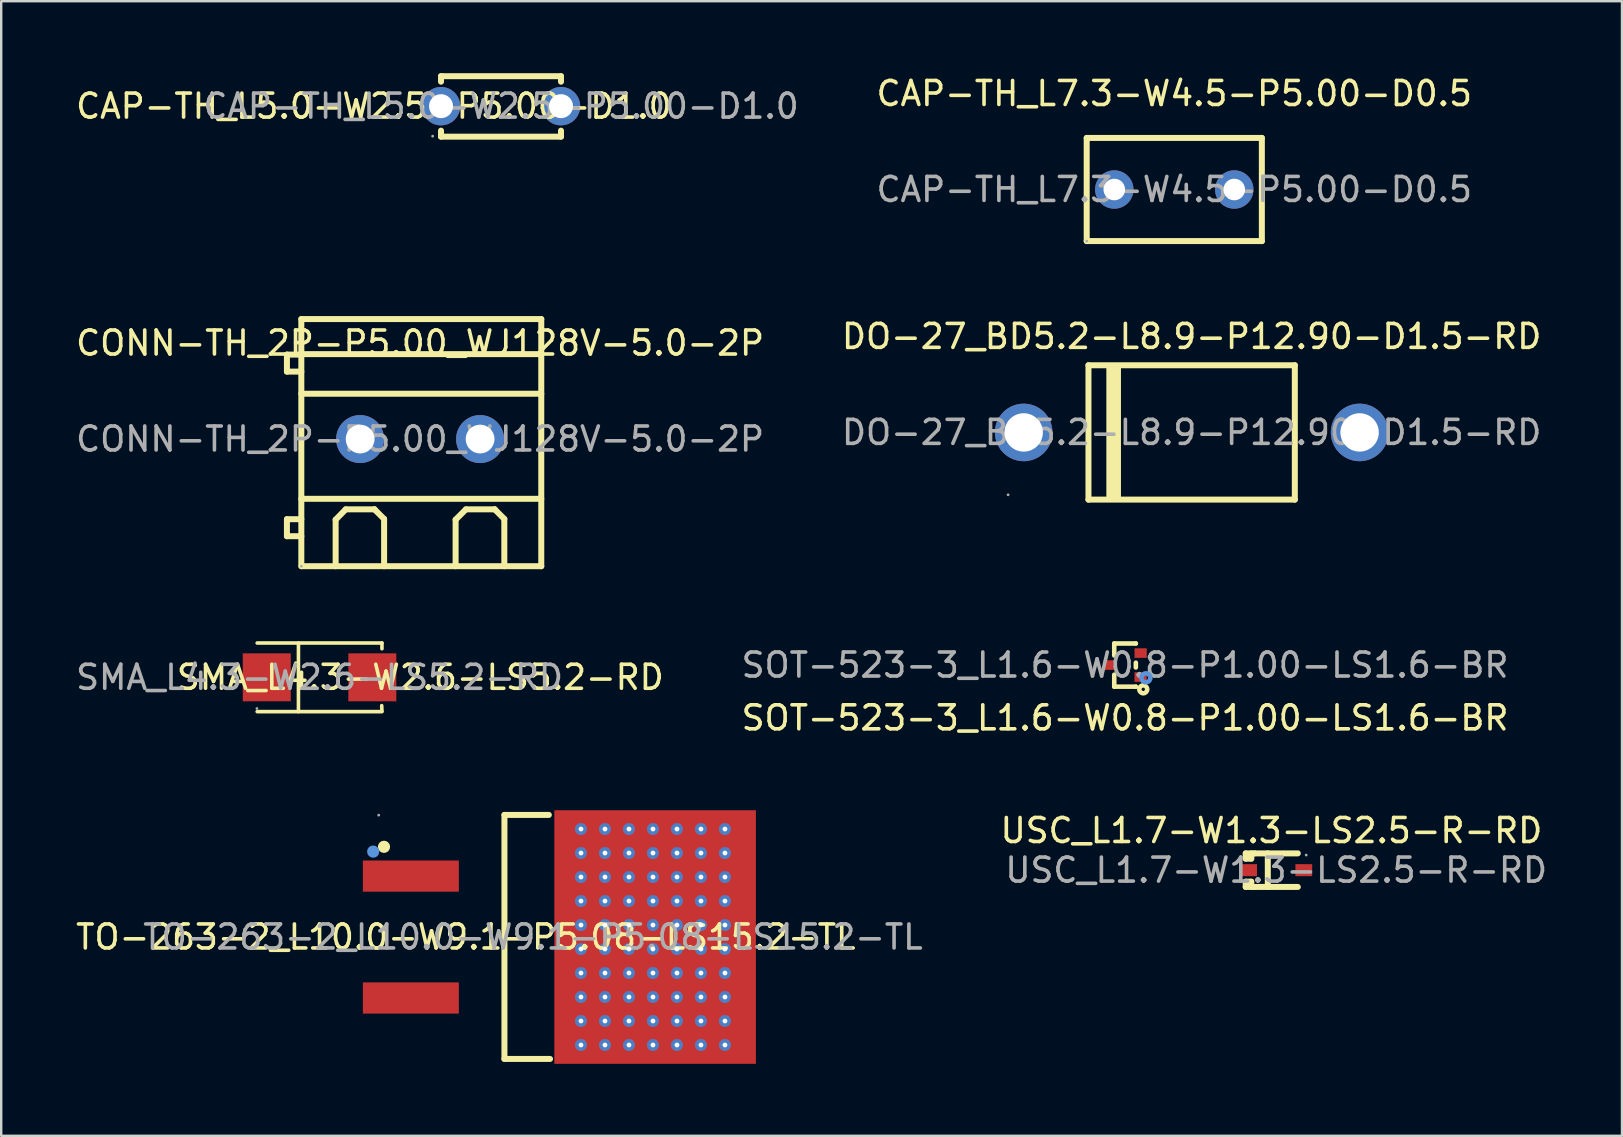
<source format=kicad_pcb>
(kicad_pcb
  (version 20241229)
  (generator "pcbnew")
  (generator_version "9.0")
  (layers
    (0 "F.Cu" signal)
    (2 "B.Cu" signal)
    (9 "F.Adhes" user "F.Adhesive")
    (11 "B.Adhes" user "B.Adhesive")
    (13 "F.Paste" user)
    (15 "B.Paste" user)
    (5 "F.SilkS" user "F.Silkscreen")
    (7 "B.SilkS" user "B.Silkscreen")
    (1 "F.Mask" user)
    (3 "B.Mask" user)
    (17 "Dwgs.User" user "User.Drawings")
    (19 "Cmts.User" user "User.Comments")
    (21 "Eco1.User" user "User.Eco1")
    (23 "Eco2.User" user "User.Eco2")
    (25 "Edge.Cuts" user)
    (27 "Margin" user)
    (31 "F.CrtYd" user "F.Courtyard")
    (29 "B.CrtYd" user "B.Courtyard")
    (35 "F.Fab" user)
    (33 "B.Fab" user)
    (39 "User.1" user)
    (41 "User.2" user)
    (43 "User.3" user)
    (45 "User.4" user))
  (footprint "CAP-TH_L5.0-W2.5-P5.00-D1.0"
    (layer "F.Cu")
    (at 17.83 1.375)
    (property "Reference" "CAP-TH_L5.0-W2.5-P5.00-D1.0" (at -5.3 0 180) (layer "F.SilkS") (effects (font (size 1 1) (thickness 0.15))))
    (attr through_hole)
    (fp_line (start -2.5 -1.25) (end -2.5 -1.02) (stroke (width 0.25) (type solid)) (layer "F.SilkS"))
    (fp_line (start -2.5 -1.25) (end 2.5 -1.25) (stroke (width 0.25) (type solid)) (layer "F.SilkS"))
    (fp_line (start -2.5 1.27) (end -2.5 1.02) (stroke (width 0.25) (type solid)) (layer "F.SilkS"))
    (fp_line (start 2.5 -1.25) (end 2.5 -1.02) (stroke (width 0.25) (type solid)) (layer "F.SilkS"))
    (fp_line (start 2.5 1.27) (end -2.5 1.27) (stroke (width 0.25) (type solid)) (layer "F.SilkS"))
    (fp_line (start 2.5 1.27) (end 2.5 1.02) (stroke (width 0.25) (type solid)) (layer "F.SilkS"))
    (fp_circle (center -2.85 1.25) (end -2.82 1.25) (stroke (width 0.06) (type solid)) (fill no) (layer "F.Fab"))
    (fp_circle (center -2.5 0) (end -2.32 0) (stroke (width 0.35) (type solid)) (fill no) (layer "F.Fab"))
    (fp_circle (center 2.5 0) (end 2.68 0) (stroke (width 0.35) (type solid)) (fill no) (layer "F.Fab"))
    (fp_text user "${REFERENCE}" (at 0 0 180) (layer "F.Fab") (effects (font (size 1 1) (thickness 0.15))))
    (pad "1" thru_hole circle (at -2.5 0) (size 1.6 1.6) (drill 1) (layers "*.Cu" "*.Mask"))
    (pad "2" thru_hole circle (at 2.5 0) (size 1.6 1.6) (drill 1) (layers "*.Cu" "*.Mask")))
  (footprint "DO-27_BD5.2-L8.9-P12.90-D1.5-RD"
    (layer "F.Cu")
    (at 46.613 14.972)
    (property "Reference" "DO-27_BD5.2-L8.9-P12.90-D1.5-RD" (at 0 -4 0) (layer "F.SilkS") (effects (font (size 1 1) (thickness 0.15))))
    (attr smd)
    (fp_line (start -4.3 -2.8) (end -4.3 2.8) (stroke (width 0.25) (type solid)) (layer "F.SilkS"))
    (fp_line (start -4.3 -2.8) (end 4.3 -2.8) (stroke (width 0.25) (type solid)) (layer "F.SilkS"))
    (fp_line (start -4.3 2.8) (end 4.3 2.8) (stroke (width 0.25) (type solid)) (layer "F.SilkS"))
    (fp_line (start -3.44 2.66) (end -3.44 -2.67) (stroke (width 0.23) (type solid)) (layer "F.SilkS"))
    (fp_line (start -3.31 2.66) (end -3.31 -2.67) (stroke (width 0.23) (type solid)) (layer "F.SilkS"))
    (fp_line (start -3.18 2.66) (end -3.18 -2.67) (stroke (width 0.23) (type solid)) (layer "F.SilkS"))
    (fp_line (start -3.06 2.66) (end -3.06 -2.67) (stroke (width 0.23) (type solid)) (layer "F.SilkS"))
    (fp_line (start 4.3 -2.8) (end 4.3 2.8) (stroke (width 0.25) (type solid)) (layer "F.SilkS"))
    (fp_circle (center -7.65 2.6) (end -7.62 2.6) (stroke (width 0.06) (type solid)) (fill no) (layer "F.Fab"))
    (fp_circle (center -7 0) (end -6.67 0) (stroke (width 0.65) (type solid)) (fill no) (layer "F.Fab"))
    (fp_circle (center 7 0) (end 7.33 0) (stroke (width 0.65) (type solid)) (fill no) (layer "F.Fab"))
    (fp_text user "${REFERENCE}" (at 0 0 0) (layer "F.Fab") (effects (font (size 1 1) (thickness 0.15))))
    (pad "1" thru_hole circle (at -7 0 180) (size 2.4 2.4) (drill 1.6) (layers "*.Cu" "*.Mask"))
    (pad "2" thru_hole circle (at 7 0 180) (size 2.4 2.4) (drill 1.6) (layers "*.Cu" "*.Mask")))
  (footprint "SOT-523-3_L1.6-W0.8-P1.00-LS1.6-BR"
    (layer "F.Cu")
    (at 43.837 24.668)
    (property "Reference" "SOT-523-3_L1.6-W0.8-P1.00-LS1.6-BR" (at 0 2.2 180) (layer "F.SilkS") (effects (font (size 1 1) (thickness 0.15))))
    (attr smd)
    (fp_line (start -0.45 -0.9) (end 0.45 -0.9) (stroke (width 0.19) (type solid)) (layer "F.SilkS"))
    (fp_line (start -0.45 -0.4) (end -0.45 -0.9) (stroke (width 0.19) (type solid)) (layer "F.SilkS"))
    (fp_line (start -0.45 0.9) (end -0.45 0.4) (stroke (width 0.19) (type solid)) (layer "F.SilkS"))
    (fp_line (start -0.45 0.9) (end 0.45 0.9) (stroke (width 0.19) (type solid)) (layer "F.SilkS"))
    (fp_line (start 0.45 -0.9) (end 0.45 -0.9) (stroke (width 0.19) (type solid)) (layer "F.SilkS"))
    (fp_line (start 0.45 0.1) (end 0.45 -0.1) (stroke (width 0.19) (type solid)) (layer "F.SilkS"))
    (fp_line (start 0.45 0.9) (end 0.45 0.9) (stroke (width 0.19) (type solid)) (layer "F.SilkS"))
    (fp_circle (center 0.76 1.01) (end 0.83 1.01) (stroke (width 0.19) (type solid)) (fill no) (layer "F.SilkS"))
    (fp_circle (center 0.87 0.53) (end 0.96 0.53) (stroke (width 0.19) (type solid)) (fill no) (layer "Cmts.User"))
    (fp_circle (center 0.8 0.8) (end 0.81 0.8) (stroke (width 0.02) (type solid)) (fill no) (layer "F.Fab"))
    (fp_text user "${REFERENCE}" (at 0 0 180) (layer "F.Fab") (effects (font (size 1 1) (thickness 0.15))))
    (pad "1" smd rect (at 0.65 0.5 90) (size 0.4 0.51) (layers "F.Cu" "F.Mask" "F.Paste"))
    (pad "2" smd rect (at 0.65 -0.5 90) (size 0.4 0.51) (layers "F.Cu" "F.Mask" "F.Paste"))
    (pad "3" smd rect (at -0.65 0 90) (size 0.4 0.51) (layers "F.Cu" "F.Mask" "F.Paste")))
  (footprint "CONN-TH_2P-P5.00_WJ128V-5.0-2P"
    (layer "F.Cu")
    (at 14.458 15.248)
    (property "Reference" "CONN-TH_2P-P5.00_WJ128V-5.0-2P" (at 0 -4 180) (layer "F.SilkS") (effects (font (size 1 1) (thickness 0.15))))
    (attr through_hole)
    (fp_line (start -5.55 -3.52) (end -5.55 -2.81) (stroke (width 0.25) (type solid)) (layer "F.SilkS"))
    (fp_line (start -5.55 -2.81) (end -4.95 -2.81) (stroke (width 0.25) (type solid)) (layer "F.SilkS"))
    (fp_line (start -5.55 3.34) (end -5.55 4.05) (stroke (width 0.25) (type solid)) (layer "F.SilkS"))
    (fp_line (start -5.55 4.05) (end -4.95 4.05) (stroke (width 0.25) (type solid)) (layer "F.SilkS"))
    (fp_line (start -4.95 -5) (end 5.05 -5) (stroke (width 0.25) (type solid)) (layer "F.SilkS"))
    (fp_line (start -4.95 -3.54) (end 5.05 -3.54) (stroke (width 0.25) (type solid)) (layer "F.SilkS"))
    (fp_line (start -4.95 -3.52) (end -5.55 -3.52) (stroke (width 0.25) (type solid)) (layer "F.SilkS"))
    (fp_line (start -4.95 -1.89) (end 5.05 -1.89) (stroke (width 0.25) (type solid)) (layer "F.SilkS"))
    (fp_line (start -4.95 2.49) (end 5.05 2.49) (stroke (width 0.25) (type solid)) (layer "F.SilkS"))
    (fp_line (start -4.95 3.34) (end -5.55 3.34) (stroke (width 0.25) (type solid)) (layer "F.SilkS"))
    (fp_line (start -4.95 5.3) (end -4.95 -5) (stroke (width 0.25) (type solid)) (layer "F.SilkS"))
    (fp_line (start -3.52 3.36) (end -3.1 2.93) (stroke (width 0.25) (type solid)) (layer "F.SilkS"))
    (fp_line (start -3.52 5.3) (end -3.52 3.36) (stroke (width 0.25) (type solid)) (layer "F.SilkS"))
    (fp_line (start -3.1 2.93) (end -1.9 2.93) (stroke (width 0.25) (type solid)) (layer "F.SilkS"))
    (fp_line (start -1.9 2.93) (end -1.9 2.93) (stroke (width 0.25) (type solid)) (layer "F.SilkS"))
    (fp_line (start -1.9 2.93) (end -1.5 3.33) (stroke (width 0.25) (type solid)) (layer "F.SilkS"))
    (fp_line (start -1.5 3.33) (end -1.5 5.3) (stroke (width 0.25) (type solid)) (layer "F.SilkS"))
    (fp_line (start 1.48 3.36) (end 1.91 2.93) (stroke (width 0.25) (type solid)) (layer "F.SilkS"))
    (fp_line (start 1.48 5.3) (end 1.48 3.36) (stroke (width 0.25) (type solid)) (layer "F.SilkS"))
    (fp_line (start 1.91 2.93) (end 3.11 2.93) (stroke (width 0.25) (type solid)) (layer "F.SilkS"))
    (fp_line (start 3.11 2.93) (end 3.11 2.93) (stroke (width 0.25) (type solid)) (layer "F.SilkS"))
    (fp_line (start 3.11 2.93) (end 3.51 3.33) (stroke (width 0.25) (type solid)) (layer "F.SilkS"))
    (fp_line (start 3.51 3.33) (end 3.51 5.3) (stroke (width 0.25) (type solid)) (layer "F.SilkS"))
    (fp_line (start 5.05 -5) (end 5.05 5.3) (stroke (width 0.25) (type solid)) (layer "F.SilkS"))
    (fp_line (start 5.05 5.3) (end -4.94 5.3) (stroke (width 0.25) (type solid)) (layer "F.SilkS"))
    (fp_circle (center -4.95 5.3) (end -4.92 5.3) (stroke (width 0.06) (type solid)) (fill no) (layer "F.Fab"))
    (fp_text user "${REFERENCE}" (at 0 0 180) (layer "F.Fab") (effects (font (size 1 1) (thickness 0.15))))
    (pad "1" thru_hole circle (at -2.5 0) (size 2 2) (drill 1.2) (layers "*.Cu" "*.Mask"))
    (pad "2" thru_hole circle (at 2.5 0) (size 2 2) (drill 1.2) (layers "*.Cu" "*.Mask")))
  (footprint "CAP-TH_L7.3-W4.5-P5.00-D0.5"
    (layer "F.Cu")
    (at 45.889 4.848)
    (property "Reference" "CAP-TH_L7.3-W4.5-P5.00-D0.5" (at 0 -4 180) (layer "F.SilkS") (effects (font (size 1 1) (thickness 0.15))))
    (attr through_hole)
    (fp_line (start -3.65 -2.15) (end 3.65 -2.15) (stroke (width 0.25) (type solid)) (layer "F.SilkS"))
    (fp_line (start -3.65 2.15) (end -3.65 -2.15) (stroke (width 0.25) (type solid)) (layer "F.SilkS"))
    (fp_line (start 3.65 -2.15) (end 3.65 2.15) (stroke (width 0.25) (type solid)) (layer "F.SilkS"))
    (fp_line (start 3.65 2.15) (end -3.65 2.15) (stroke (width 0.25) (type solid)) (layer "F.SilkS"))
    (fp_circle (center -3.65 2.15) (end -3.62 2.15) (stroke (width 0.06) (type solid)) (fill no) (layer "F.Fab"))
    (fp_circle (center -2.5 0) (end -2.38 0) (stroke (width 0.25) (type solid)) (fill no) (layer "F.Fab"))
    (fp_circle (center 2.5 0) (end 2.62 0) (stroke (width 0.25) (type solid)) (fill no) (layer "F.Fab"))
    (fp_text user "${REFERENCE}" (at 0 0 180) (layer "F.Fab") (effects (font (size 1 1) (thickness 0.15))))
    (pad "1" thru_hole circle (at -2.5 0) (size 1.6 1.6) (drill 0.9) (layers "*.Cu" "*.Mask"))
    (pad "2" thru_hole circle (at 2.5 0) (size 1.6 1.6) (drill 0.9) (layers "*.Cu" "*.Mask")))
  (footprint "TO-263-2_L10.0-W9.1-P5.08-LS15.2-TL"
    (layer "F.Cu")
    (at 19.163 36.002)
    (property "Reference" "TO-263-2_L10.0-W9.1-P5.08-LS15.2-TL" (at -2.8 0 180) (layer "F.SilkS") (effects (font (size 1 1) (thickness 0.15))))
    (attr smd)
    (fp_line (start -1.19 -5.09) (end -1.19 5.08) (stroke (width 0.25) (type solid)) (layer "F.SilkS"))
    (fp_line (start -1.19 5.08) (end 0.71 5.08) (stroke (width 0.25) (type solid)) (layer "F.SilkS"))
    (fp_line (start 0.66 -5.09) (end -1.19 -5.09) (stroke (width 0.25) (type solid)) (layer "F.SilkS"))
    (fp_circle (center -6.21 -3.76) (end -6.08 -3.76) (stroke (width 0.25) (type solid)) (fill no) (layer "F.SilkS"))
    (fp_circle (center -6.66 -3.56) (end -6.53 -3.56) (stroke (width 0.25) (type solid)) (fill no) (layer "Cmts.User"))
    (fp_circle (center -6.43 -5.08) (end -6.4 -5.08) (stroke (width 0.06) (type solid)) (fill no) (layer "F.Fab"))
    (fp_text user "${REFERENCE}" (at 0 0 180) (layer "F.Fab") (effects (font (size 1 1) (thickness 0.15))))
    (pad "1" smd rect (at -5.09 -2.54) (size 4 1.3) (layers "F.Cu" "F.Mask" "F.Paste"))
    (pad "3" smd rect (at -5.09 2.54) (size 4 1.3) (layers "F.Cu" "F.Mask" "F.Paste"))
    (pad "4" thru_hole circle (at 2 -4.5) (size 0.5 0.5) (drill 0.2) (layers "*.Cu" "*.Mask"))
    (pad "4" thru_hole circle (at 2 -3.5) (size 0.5 0.5) (drill 0.2) (layers "*.Cu" "*.Mask"))
    (pad "4" thru_hole circle (at 2 -2.5) (size 0.5 0.5) (drill 0.2) (layers "*.Cu" "*.Mask"))
    (pad "4" thru_hole circle (at 2 -1.5) (size 0.5 0.5) (drill 0.2) (layers "*.Cu" "*.Mask"))
    (pad "4" thru_hole circle (at 2 -0.5) (size 0.5 0.5) (drill 0.2) (layers "*.Cu" "*.Mask"))
    (pad "4" thru_hole circle (at 2 0.5) (size 0.5 0.5) (drill 0.2) (layers "*.Cu" "*.Mask"))
    (pad "4" thru_hole circle (at 2 1.5) (size 0.5 0.5) (drill 0.2) (layers "*.Cu" "*.Mask"))
    (pad "4" thru_hole circle (at 2 2.5) (size 0.5 0.5) (drill 0.2) (layers "*.Cu" "*.Mask"))
    (pad "4" thru_hole circle (at 2 3.5) (size 0.5 0.5) (drill 0.2) (layers "*.Cu" "*.Mask"))
    (pad "4" thru_hole circle (at 2 4.5) (size 0.5 0.5) (drill 0.2) (layers "*.Cu" "*.Mask"))
    (pad "4" thru_hole circle (at 3 -4.5) (size 0.5 0.5) (drill 0.2) (layers "*.Cu" "*.Mask"))
    (pad "4" thru_hole circle (at 3 -3.5) (size 0.5 0.5) (drill 0.2) (layers "*.Cu" "*.Mask"))
    (pad "4" thru_hole circle (at 3 -2.5) (size 0.5 0.5) (drill 0.2) (layers "*.Cu" "*.Mask"))
    (pad "4" thru_hole circle (at 3 -1.5) (size 0.5 0.5) (drill 0.2) (layers "*.Cu" "*.Mask"))
    (pad "4" thru_hole circle (at 3 -0.5) (size 0.5 0.5) (drill 0.2) (layers "*.Cu" "*.Mask"))
    (pad "4" thru_hole circle (at 3 0.5) (size 0.5 0.5) (drill 0.2) (layers "*.Cu" "*.Mask"))
    (pad "4" thru_hole circle (at 3 1.5) (size 0.5 0.5) (drill 0.2) (layers "*.Cu" "*.Mask"))
    (pad "4" thru_hole circle (at 3 2.5) (size 0.5 0.5) (drill 0.2) (layers "*.Cu" "*.Mask"))
    (pad "4" thru_hole circle (at 3 3.5) (size 0.5 0.5) (drill 0.2) (layers "*.Cu" "*.Mask"))
    (pad "4" thru_hole circle (at 3 4.5) (size 0.5 0.5) (drill 0.2) (layers "*.Cu" "*.Mask"))
    (pad "4" thru_hole circle (at 4 -4.5) (size 0.5 0.5) (drill 0.2) (layers "*.Cu" "*.Mask"))
    (pad "4" thru_hole circle (at 4 -3.5) (size 0.5 0.5) (drill 0.2) (layers "*.Cu" "*.Mask"))
    (pad "4" thru_hole circle (at 4 -2.5) (size 0.5 0.5) (drill 0.2) (layers "*.Cu" "*.Mask"))
    (pad "4" thru_hole circle (at 4 -1.5) (size 0.5 0.5) (drill 0.2) (layers "*.Cu" "*.Mask"))
    (pad "4" thru_hole circle (at 4 -0.5) (size 0.5 0.5) (drill 0.2) (layers "*.Cu" "*.Mask"))
    (pad "4" thru_hole circle (at 4 0.5) (size 0.5 0.5) (drill 0.2) (layers "*.Cu" "*.Mask"))
    (pad "4" thru_hole circle (at 4 1.5) (size 0.5 0.5) (drill 0.2) (layers "*.Cu" "*.Mask"))
    (pad "4" thru_hole circle (at 4 2.5) (size 0.5 0.5) (drill 0.2) (layers "*.Cu" "*.Mask"))
    (pad "4" thru_hole circle (at 4 3.5) (size 0.5 0.5) (drill 0.2) (layers "*.Cu" "*.Mask"))
    (pad "4" thru_hole circle (at 4 4.5) (size 0.5 0.5) (drill 0.2) (layers "*.Cu" "*.Mask"))
    (pad "4" thru_hole circle (at 5 -4.5) (size 0.5 0.5) (drill 0.2) (layers "*.Cu" "*.Mask"))
    (pad "4" thru_hole circle (at 5 -3.5) (size 0.5 0.5) (drill 0.2) (layers "*.Cu" "*.Mask"))
    (pad "4" thru_hole circle (at 5 -2.5) (size 0.5 0.5) (drill 0.2) (layers "*.Cu" "*.Mask"))
    (pad "4" thru_hole circle (at 5 -1.5) (size 0.5 0.5) (drill 0.2) (layers "*.Cu" "*.Mask"))
    (pad "4" thru_hole circle (at 5 -0.5) (size 0.5 0.5) (drill 0.2) (layers "*.Cu" "*.Mask"))
    (pad "4" thru_hole circle (at 5 0.5) (size 0.5 0.5) (drill 0.2) (layers "*.Cu" "*.Mask"))
    (pad "4" thru_hole circle (at 5 1.5) (size 0.5 0.5) (drill 0.2) (layers "*.Cu" "*.Mask"))
    (pad "4" thru_hole circle (at 5 2.5) (size 0.5 0.5) (drill 0.2) (layers "*.Cu" "*.Mask"))
    (pad "4" thru_hole circle (at 5 3.5) (size 0.5 0.5) (drill 0.2) (layers "*.Cu" "*.Mask"))
    (pad "4" thru_hole circle (at 5 4.5) (size 0.5 0.5) (drill 0.2) (layers "*.Cu" "*.Mask"))
    (pad "4" smd rect (at 5.09 0) (size 8.4 10.57) (layers "F.Cu" "F.Mask" "F.Paste"))
    (pad "4" thru_hole circle (at 6 -4.5) (size 0.5 0.5) (drill 0.2) (layers "*.Cu" "*.Mask"))
    (pad "4" thru_hole circle (at 6 -3.5) (size 0.5 0.5) (drill 0.2) (layers "*.Cu" "*.Mask"))
    (pad "4" thru_hole circle (at 6 -2.5) (size 0.5 0.5) (drill 0.2) (layers "*.Cu" "*.Mask"))
    (pad "4" thru_hole circle (at 6 -1.5) (size 0.5 0.5) (drill 0.2) (layers "*.Cu" "*.Mask"))
    (pad "4" thru_hole circle (at 6 -0.5) (size 0.5 0.5) (drill 0.2) (layers "*.Cu" "*.Mask"))
    (pad "4" thru_hole circle (at 6 0.5) (size 0.5 0.5) (drill 0.2) (layers "*.Cu" "*.Mask"))
    (pad "4" thru_hole circle (at 6 1.5) (size 0.5 0.5) (drill 0.2) (layers "*.Cu" "*.Mask"))
    (pad "4" thru_hole circle (at 6 2.5) (size 0.5 0.5) (drill 0.2) (layers "*.Cu" "*.Mask"))
    (pad "4" thru_hole circle (at 6 3.5) (size 0.5 0.5) (drill 0.2) (layers "*.Cu" "*.Mask"))
    (pad "4" thru_hole circle (at 6 4.5) (size 0.5 0.5) (drill 0.2) (layers "*.Cu" "*.Mask"))
    (pad "4" thru_hole circle (at 7 -4.5) (size 0.5 0.5) (drill 0.2) (layers "*.Cu" "*.Mask"))
    (pad "4" thru_hole circle (at 7 -3.5) (size 0.5 0.5) (drill 0.2) (layers "*.Cu" "*.Mask"))
    (pad "4" thru_hole circle (at 7 -2.5) (size 0.5 0.5) (drill 0.2) (layers "*.Cu" "*.Mask"))
    (pad "4" thru_hole circle (at 7 -1.5) (size 0.5 0.5) (drill 0.2) (layers "*.Cu" "*.Mask"))
    (pad "4" thru_hole circle (at 7 -0.5) (size 0.5 0.5) (drill 0.2) (layers "*.Cu" "*.Mask"))
    (pad "4" thru_hole circle (at 7 0.5) (size 0.5 0.5) (drill 0.2) (layers "*.Cu" "*.Mask"))
    (pad "4" thru_hole circle (at 7 1.5) (size 0.5 0.5) (drill 0.2) (layers "*.Cu" "*.Mask"))
    (pad "4" thru_hole circle (at 7 2.5) (size 0.5 0.5) (drill 0.2) (layers "*.Cu" "*.Mask"))
    (pad "4" thru_hole circle (at 7 3.5) (size 0.5 0.5) (drill 0.2) (layers "*.Cu" "*.Mask"))
    (pad "4" thru_hole circle (at 7 4.5) (size 0.5 0.5) (drill 0.2) (layers "*.Cu" "*.Mask"))
    (pad "4" thru_hole circle (at 8 -4.5) (size 0.5 0.5) (drill 0.2) (layers "*.Cu" "*.Mask"))
    (pad "4" thru_hole circle (at 8 -3.5) (size 0.5 0.5) (drill 0.2) (layers "*.Cu" "*.Mask"))
    (pad "4" thru_hole circle (at 8 -2.5) (size 0.5 0.5) (drill 0.2) (layers "*.Cu" "*.Mask"))
    (pad "4" thru_hole circle (at 8 -1.5) (size 0.5 0.5) (drill 0.2) (layers "*.Cu" "*.Mask"))
    (pad "4" thru_hole circle (at 8 -0.5) (size 0.5 0.5) (drill 0.2) (layers "*.Cu" "*.Mask"))
    (pad "4" thru_hole circle (at 8 0.5) (size 0.5 0.5) (drill 0.2) (layers "*.Cu" "*.Mask"))
    (pad "4" thru_hole circle (at 8 1.5) (size 0.5 0.5) (drill 0.2) (layers "*.Cu" "*.Mask"))
    (pad "4" thru_hole circle (at 8 2.5) (size 0.5 0.5) (drill 0.2) (layers "*.Cu" "*.Mask"))
    (pad "4" thru_hole circle (at 8 3.5) (size 0.5 0.5) (drill 0.2) (layers "*.Cu" "*.Mask"))
    (pad "4" thru_hole circle (at 8 4.5) (size 0.5 0.5) (drill 0.2) (layers "*.Cu" "*.Mask")))
  (footprint "USC_L1.7-W1.3-LS2.5-R-RD"
    (layer "F.Cu")
    (at 50.137 33.215)
    (property "Reference" "USC_L1.7-W1.3-LS2.5-R-RD" (at -0.2 -1.65 0) (layer "F.SilkS") (effects (font (size 1 1) (thickness 0.15))))
    (attr smd)
    (fp_line (start -1.27 -0.7) (end -1.27 -0.48) (stroke (width 0.25) (type solid)) (layer "F.SilkS"))
    (fp_line (start -1.27 0.48) (end -1.27 0.7) (stroke (width 0.25) (type solid)) (layer "F.SilkS"))
    (fp_line (start -1.27 0.48) (end -1.04 0.48) (stroke (width 0.25) (type solid)) (layer "F.SilkS"))
    (fp_line (start -1.27 0.7) (end -0.9 0.7) (stroke (width 0.25) (type solid)) (layer "F.SilkS"))
    (fp_line (start -1.04 -0.7) (end -1.04 -0.48) (stroke (width 0.25) (type solid)) (layer "F.SilkS"))
    (fp_line (start -1.04 -0.48) (end -1.27 -0.48) (stroke (width 0.25) (type solid)) (layer "F.SilkS"))
    (fp_line (start -1.04 0.48) (end -1.04 0.7) (stroke (width 0.25) (type solid)) (layer "F.SilkS"))
    (fp_line (start -0.9 -0.7) (end -1.27 -0.7) (stroke (width 0.25) (type solid)) (layer "F.SilkS"))
    (fp_line (start -0.9 -0.7) (end 0.9 -0.7) (stroke (width 0.25) (type solid)) (layer "F.SilkS"))
    (fp_line (start -0.9 0.7) (end 0.9 0.7) (stroke (width 0.25) (type solid)) (layer "F.SilkS"))
    (fp_line (start -0.35 0.7) (end -0.35 -0.7) (stroke (width 0.25) (type solid)) (layer "F.SilkS"))
    (fp_circle (center 1.25 -0.63) (end 1.28 -0.63) (stroke (width 0.06) (type solid)) (fill no) (layer "F.Fab"))
    (fp_text user "${REFERENCE}" (at 0 0 0) (layer "F.Fab") (effects (font (size 1 1) (thickness 0.15))))
    (pad "1" smd rect (at 1.15 0 180) (size 0.7 0.5) (layers "F.Cu" "F.Mask" "F.Paste"))
    (pad "2" smd rect (at -1.15 0 180) (size 0.7 0.5) (layers "F.Cu" "F.Mask" "F.Paste")))
  (footprint "SMA_L4.3-W2.6-LS5.2-RD"
    (layer "F.Cu")
    (at 10.268 25.178)
    (property "Reference" "SMA_L4.3-W2.6-LS5.2-RD" (at 4.2 0 0) (layer "F.SilkS") (effects (font (size 1 1) (thickness 0.15))))
    (attr smd)
    (fp_line (start -2.6 -1.43) (end 2.6 -1.43) (stroke (width 0.15) (type solid)) (layer "F.SilkS"))
    (fp_line (start -2.6 1.43) (end 2.6 1.43) (stroke (width 0.15) (type solid)) (layer "F.SilkS"))
    (fp_line (start -0.88 -1.43) (end -0.88 1.43) (stroke (width 0.15) (type solid)) (layer "F.SilkS"))
    (fp_line (start 2.59 1.18) (end 2.6 1.41) (stroke (width 0.15) (type solid)) (layer "F.SilkS"))
    (fp_line (start 2.6 -1.43) (end 2.6 -1.19) (stroke (width 0.15) (type solid)) (layer "F.SilkS"))
    (fp_circle (center -2.61 1.3) (end -2.58 1.3) (stroke (width 0.06) (type solid)) (fill no) (layer "F.Fab"))
    (fp_text user "${REFERENCE}" (at 0 0 0) (layer "F.Fab") (effects (font (size 1 1) (thickness 0.15))))
    (pad "1" smd rect (at -2.2 0 180) (size 2 2) (layers "F.Cu" "F.Mask" "F.Paste"))
    (pad "2" smd rect (at 2.2 0 180) (size 2 2) (layers "F.Cu" "F.Mask" "F.Paste")))
  (gr_rect
    (start -3 -3)
    (end 64.548 44.286)
    (stroke (width 0.1) (type default))
    (fill no)
    (layer "Edge.Cuts")))
</source>
